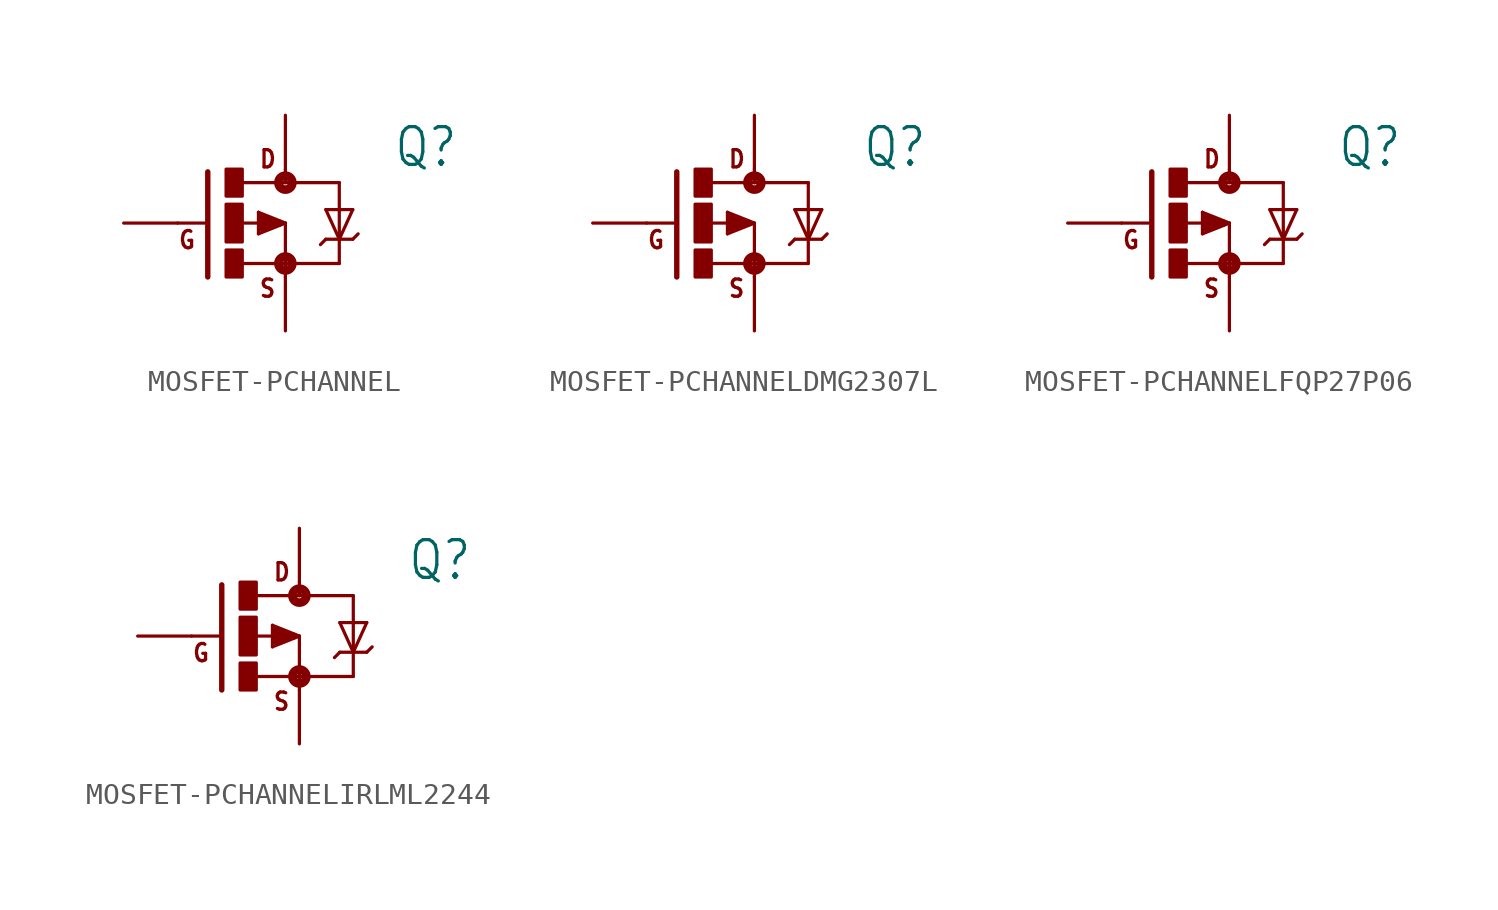
<source format=kicad_sym>
(kicad_symbol_lib
  (version 20241209)
  (generator "kicad_symbol_editor")
  (generator_version "9.0")
  (symbol "MOSFET-PCHANNEL"
    (property "Reference" "Q"
      (at 5.08 2.54 0)
      (effects (font (size 1.778 1.511)) (justify left bottom)))
    (property "Value" ""
      (at 5.08 0 0)
      (effects (font (size 1.778 1.511)) (justify left bottom)))
    (property "ki_locked" ""
      (at 0 0 0)
      (effects (font (size 1.27 1.27))))
    (symbol "MOSFET-PCHANNEL_1_0"
      (polyline (pts (xy -3.81 0) (xy -5.08 0)) (stroke (width 0.152) (type solid)) (fill (type none)))
      (polyline (pts (xy -3.658 2.413) (xy -3.658 -2.54)) (stroke (width 0.254) (type solid)) (fill (type none)))
      (rectangle (start -2.794 1.27) (end -2.032 2.54) (stroke (width 0) (type default)) (fill (type outline)))
      (rectangle (start -2.794 -0.889) (end -2.032 0.889) (stroke (width 0) (type default)) (fill (type outline)))
      (rectangle (start -2.794 -2.54) (end -2.032 -1.27) (stroke (width 0) (type default)) (fill (type outline)))
      (polyline (pts (xy -2.032 -1.905) (xy 0 -1.905)) (stroke (width 0.152) (type solid)) (fill (type none)))
      (polyline (pts (xy -1.27 0.508) (xy -1.27 -0.508)) (stroke (width 0.152) (type solid)) (fill (type none)))
      (polyline (pts (xy -1.27 -0.508) (xy 0 0)) (stroke (width 0.152) (type solid)) (fill (type none)))
      (polyline (pts (xy -1.143 0.254) (xy -1.143 0)) (stroke (width 0.305) (type solid)) (fill (type none)))
      (polyline (pts (xy -1.143 0) (xy -2.032 0)) (stroke (width 0.152) (type solid)) (fill (type none)))
      (polyline (pts (xy -1.143 0) (xy -0.889 0)) (stroke (width 0.305) (type solid)) (fill (type none)))
      (polyline (pts (xy -1.143 -0.254) (xy -0.254 0)) (stroke (width 0.305) (type solid)) (fill (type none)))
      (polyline (pts (xy -0.254 0) (xy -1.143 0.254)) (stroke (width 0.305) (type solid)) (fill (type none)))
      (polyline (pts (xy 0 2.54) (xy 0 1.905)) (stroke (width 0.152) (type solid)) (fill (type none)))
      (circle (center 0 1.905) (radius 0.127) (stroke (width 0.406) (type solid)) (fill (type none)))
      (polyline (pts (xy 0 1.905) (xy -2.007 1.905)) (stroke (width 0.152) (type solid)) (fill (type none)))
      (polyline (pts (xy 0 1.905) (xy 2.54 1.905)) (stroke (width 0.152) (type solid)) (fill (type none)))
      (polyline (pts (xy 0 0) (xy -1.27 0.508)) (stroke (width 0.152) (type solid)) (fill (type none)))
      (polyline (pts (xy 0 0) (xy 0 -1.905)) (stroke (width 0.152) (type solid)) (fill (type none)))
      (polyline (pts (xy 0 -1.905) (xy 0 -2.54)) (stroke (width 0.152) (type solid)) (fill (type none)))
      (circle (center 0 -1.905) (radius 0.127) (stroke (width 0.406) (type solid)) (fill (type none)))
      (polyline (pts (xy 1.905 0.635) (xy 2.54 -0.762)) (stroke (width 0.152) (type solid)) (fill (type none)))
      (polyline (pts (xy 1.905 -0.762) (xy 1.651 -1.016)) (stroke (width 0.152) (type solid)) (fill (type none)))
      (polyline (pts (xy 2.54 -0.762) (xy 1.905 -0.762)) (stroke (width 0.152) (type solid)) (fill (type none)))
      (polyline (pts (xy 2.54 -0.762) (xy 2.54 1.905)) (stroke (width 0.152) (type solid)) (fill (type none)))
      (polyline (pts (xy 2.54 -0.762) (xy 3.175 0.635)) (stroke (width 0.152) (type solid)) (fill (type none)))
      (polyline (pts (xy 2.54 -1.905) (xy 0 -1.905)) (stroke (width 0.152) (type solid)) (fill (type none)))
      (polyline (pts (xy 2.54 -1.905) (xy 2.54 -0.762)) (stroke (width 0.152) (type solid)) (fill (type none)))
      (polyline (pts (xy 3.175 0.635) (xy 1.905 0.635)) (stroke (width 0.152) (type solid)) (fill (type none)))
      (polyline (pts (xy 3.175 -0.762) (xy 2.54 -0.762)) (stroke (width 0.152) (type solid)) (fill (type none)))
      (polyline (pts (xy 3.175 -0.762) (xy 3.429 -0.508)) (stroke (width 0.152) (type solid)) (fill (type none)))
      (text "G" (at -5.08 -1.27 0) (effects (font (size 0.813 0.691)) (justify left bottom)))
      (text "D" (at -1.27 2.54 0) (effects (font (size 0.813 0.691)) (justify left bottom)))
      (text "S" (at -1.27 -3.556 0) (effects (font (size 0.813 0.691)) (justify left bottom)))
      (pin passive line (at -7.62 0 0) (length 2.54) (name "G" (effects (font (size 0 0)))) (number "1" (effects (font (size 0 0)))))
      (pin passive line (at 0 5.08 270) (length 2.54) (name "D" (effects (font (size 0 0)))) (number "3" (effects (font (size 0 0)))))
      (pin passive line (at 0 -5.08 90) (length 2.54) (name "S" (effects (font (size 0 0)))) (number "2" (effects (font (size 0 0)))))))
  (symbol "MOSFET-PCHANNELDMG2307L"
    (property "Reference" "Q"
      (at 5.08 2.54 0)
      (effects (font (size 1.778 1.511)) (justify left bottom)))
    (property "Value" ""
      (at 5.08 0 0)
      (effects (font (size 1.778 1.511)) (justify left bottom)))
    (property "ki_locked" ""
      (at 0 0 0)
      (effects (font (size 1.27 1.27))))
    (symbol "MOSFET-PCHANNELDMG2307L_1_0"
      (polyline (pts (xy -3.81 0) (xy -5.08 0)) (stroke (width 0.152) (type solid)) (fill (type none)))
      (polyline (pts (xy -3.658 2.413) (xy -3.658 -2.54)) (stroke (width 0.254) (type solid)) (fill (type none)))
      (rectangle (start -2.794 1.27) (end -2.032 2.54) (stroke (width 0) (type default)) (fill (type outline)))
      (rectangle (start -2.794 -0.889) (end -2.032 0.889) (stroke (width 0) (type default)) (fill (type outline)))
      (rectangle (start -2.794 -2.54) (end -2.032 -1.27) (stroke (width 0) (type default)) (fill (type outline)))
      (polyline (pts (xy -2.032 -1.905) (xy 0 -1.905)) (stroke (width 0.152) (type solid)) (fill (type none)))
      (polyline (pts (xy -1.27 0.508) (xy -1.27 -0.508)) (stroke (width 0.152) (type solid)) (fill (type none)))
      (polyline (pts (xy -1.27 -0.508) (xy 0 0)) (stroke (width 0.152) (type solid)) (fill (type none)))
      (polyline (pts (xy -1.143 0.254) (xy -1.143 0)) (stroke (width 0.305) (type solid)) (fill (type none)))
      (polyline (pts (xy -1.143 0) (xy -2.032 0)) (stroke (width 0.152) (type solid)) (fill (type none)))
      (polyline (pts (xy -1.143 0) (xy -0.889 0)) (stroke (width 0.305) (type solid)) (fill (type none)))
      (polyline (pts (xy -1.143 -0.254) (xy -0.254 0)) (stroke (width 0.305) (type solid)) (fill (type none)))
      (polyline (pts (xy -0.254 0) (xy -1.143 0.254)) (stroke (width 0.305) (type solid)) (fill (type none)))
      (polyline (pts (xy 0 2.54) (xy 0 1.905)) (stroke (width 0.152) (type solid)) (fill (type none)))
      (circle (center 0 1.905) (radius 0.127) (stroke (width 0.406) (type solid)) (fill (type none)))
      (polyline (pts (xy 0 1.905) (xy -2.007 1.905)) (stroke (width 0.152) (type solid)) (fill (type none)))
      (polyline (pts (xy 0 1.905) (xy 2.54 1.905)) (stroke (width 0.152) (type solid)) (fill (type none)))
      (polyline (pts (xy 0 0) (xy -1.27 0.508)) (stroke (width 0.152) (type solid)) (fill (type none)))
      (polyline (pts (xy 0 0) (xy 0 -1.905)) (stroke (width 0.152) (type solid)) (fill (type none)))
      (polyline (pts (xy 0 -1.905) (xy 0 -2.54)) (stroke (width 0.152) (type solid)) (fill (type none)))
      (circle (center 0 -1.905) (radius 0.127) (stroke (width 0.406) (type solid)) (fill (type none)))
      (polyline (pts (xy 1.905 0.635) (xy 2.54 -0.762)) (stroke (width 0.152) (type solid)) (fill (type none)))
      (polyline (pts (xy 1.905 -0.762) (xy 1.651 -1.016)) (stroke (width 0.152) (type solid)) (fill (type none)))
      (polyline (pts (xy 2.54 -0.762) (xy 1.905 -0.762)) (stroke (width 0.152) (type solid)) (fill (type none)))
      (polyline (pts (xy 2.54 -0.762) (xy 2.54 1.905)) (stroke (width 0.152) (type solid)) (fill (type none)))
      (polyline (pts (xy 2.54 -0.762) (xy 3.175 0.635)) (stroke (width 0.152) (type solid)) (fill (type none)))
      (polyline (pts (xy 2.54 -1.905) (xy 0 -1.905)) (stroke (width 0.152) (type solid)) (fill (type none)))
      (polyline (pts (xy 2.54 -1.905) (xy 2.54 -0.762)) (stroke (width 0.152) (type solid)) (fill (type none)))
      (polyline (pts (xy 3.175 0.635) (xy 1.905 0.635)) (stroke (width 0.152) (type solid)) (fill (type none)))
      (polyline (pts (xy 3.175 -0.762) (xy 2.54 -0.762)) (stroke (width 0.152) (type solid)) (fill (type none)))
      (polyline (pts (xy 3.175 -0.762) (xy 3.429 -0.508)) (stroke (width 0.152) (type solid)) (fill (type none)))
      (text "G" (at -5.08 -1.27 0) (effects (font (size 0.813 0.691)) (justify left bottom)))
      (text "D" (at -1.27 2.54 0) (effects (font (size 0.813 0.691)) (justify left bottom)))
      (text "S" (at -1.27 -3.556 0) (effects (font (size 0.813 0.691)) (justify left bottom)))
      (pin passive line (at -7.62 0 0) (length 2.54) (name "G" (effects (font (size 0 0)))) (number "1" (effects (font (size 0 0)))))
      (pin passive line (at 0 5.08 270) (length 2.54) (name "D" (effects (font (size 0 0)))) (number "3" (effects (font (size 0 0)))))
      (pin passive line (at 0 -5.08 90) (length 2.54) (name "S" (effects (font (size 0 0)))) (number "2" (effects (font (size 0 0)))))))
  (symbol "MOSFET-PCHANNELFQP27P06"
    (property "Reference" "Q"
      (at 5.08 2.54 0)
      (effects (font (size 1.778 1.511)) (justify left bottom)))
    (property "Value" ""
      (at 5.08 0 0)
      (effects (font (size 1.778 1.511)) (justify left bottom)))
    (property "ki_locked" ""
      (at 0 0 0)
      (effects (font (size 1.27 1.27))))
    (symbol "MOSFET-PCHANNELFQP27P06_1_0"
      (polyline (pts (xy -3.81 0) (xy -5.08 0)) (stroke (width 0.152) (type solid)) (fill (type none)))
      (polyline (pts (xy -3.658 2.413) (xy -3.658 -2.54)) (stroke (width 0.254) (type solid)) (fill (type none)))
      (rectangle (start -2.794 1.27) (end -2.032 2.54) (stroke (width 0) (type default)) (fill (type outline)))
      (rectangle (start -2.794 -0.889) (end -2.032 0.889) (stroke (width 0) (type default)) (fill (type outline)))
      (rectangle (start -2.794 -2.54) (end -2.032 -1.27) (stroke (width 0) (type default)) (fill (type outline)))
      (polyline (pts (xy -2.032 -1.905) (xy 0 -1.905)) (stroke (width 0.152) (type solid)) (fill (type none)))
      (polyline (pts (xy -1.27 0.508) (xy -1.27 -0.508)) (stroke (width 0.152) (type solid)) (fill (type none)))
      (polyline (pts (xy -1.27 -0.508) (xy 0 0)) (stroke (width 0.152) (type solid)) (fill (type none)))
      (polyline (pts (xy -1.143 0.254) (xy -1.143 0)) (stroke (width 0.305) (type solid)) (fill (type none)))
      (polyline (pts (xy -1.143 0) (xy -2.032 0)) (stroke (width 0.152) (type solid)) (fill (type none)))
      (polyline (pts (xy -1.143 0) (xy -0.889 0)) (stroke (width 0.305) (type solid)) (fill (type none)))
      (polyline (pts (xy -1.143 -0.254) (xy -0.254 0)) (stroke (width 0.305) (type solid)) (fill (type none)))
      (polyline (pts (xy -0.254 0) (xy -1.143 0.254)) (stroke (width 0.305) (type solid)) (fill (type none)))
      (polyline (pts (xy 0 2.54) (xy 0 1.905)) (stroke (width 0.152) (type solid)) (fill (type none)))
      (circle (center 0 1.905) (radius 0.127) (stroke (width 0.406) (type solid)) (fill (type none)))
      (polyline (pts (xy 0 1.905) (xy -2.007 1.905)) (stroke (width 0.152) (type solid)) (fill (type none)))
      (polyline (pts (xy 0 1.905) (xy 2.54 1.905)) (stroke (width 0.152) (type solid)) (fill (type none)))
      (polyline (pts (xy 0 0) (xy -1.27 0.508)) (stroke (width 0.152) (type solid)) (fill (type none)))
      (polyline (pts (xy 0 0) (xy 0 -1.905)) (stroke (width 0.152) (type solid)) (fill (type none)))
      (polyline (pts (xy 0 -1.905) (xy 0 -2.54)) (stroke (width 0.152) (type solid)) (fill (type none)))
      (circle (center 0 -1.905) (radius 0.127) (stroke (width 0.406) (type solid)) (fill (type none)))
      (polyline (pts (xy 1.905 0.635) (xy 2.54 -0.762)) (stroke (width 0.152) (type solid)) (fill (type none)))
      (polyline (pts (xy 1.905 -0.762) (xy 1.651 -1.016)) (stroke (width 0.152) (type solid)) (fill (type none)))
      (polyline (pts (xy 2.54 -0.762) (xy 1.905 -0.762)) (stroke (width 0.152) (type solid)) (fill (type none)))
      (polyline (pts (xy 2.54 -0.762) (xy 2.54 1.905)) (stroke (width 0.152) (type solid)) (fill (type none)))
      (polyline (pts (xy 2.54 -0.762) (xy 3.175 0.635)) (stroke (width 0.152) (type solid)) (fill (type none)))
      (polyline (pts (xy 2.54 -1.905) (xy 0 -1.905)) (stroke (width 0.152) (type solid)) (fill (type none)))
      (polyline (pts (xy 2.54 -1.905) (xy 2.54 -0.762)) (stroke (width 0.152) (type solid)) (fill (type none)))
      (polyline (pts (xy 3.175 0.635) (xy 1.905 0.635)) (stroke (width 0.152) (type solid)) (fill (type none)))
      (polyline (pts (xy 3.175 -0.762) (xy 2.54 -0.762)) (stroke (width 0.152) (type solid)) (fill (type none)))
      (polyline (pts (xy 3.175 -0.762) (xy 3.429 -0.508)) (stroke (width 0.152) (type solid)) (fill (type none)))
      (text "G" (at -5.08 -1.27 0) (effects (font (size 0.813 0.691)) (justify left bottom)))
      (text "D" (at -1.27 2.54 0) (effects (font (size 0.813 0.691)) (justify left bottom)))
      (text "S" (at -1.27 -3.556 0) (effects (font (size 0.813 0.691)) (justify left bottom)))
      (pin passive line (at -7.62 0 0) (length 2.54) (name "G" (effects (font (size 0 0)))) (number "1" (effects (font (size 0 0)))))
      (pin passive line (at 0 5.08 270) (length 2.54) (name "D" (effects (font (size 0 0)))) (number "2" (effects (font (size 0 0)))))
      (pin passive line (at 0 -5.08 90) (length 2.54) (name "S" (effects (font (size 0 0)))) (number "3" (effects (font (size 0 0)))))))
  (symbol "MOSFET-PCHANNELIRLML2244"
    (property "Reference" "Q"
      (at 5.08 2.54 0)
      (effects (font (size 1.778 1.511)) (justify left bottom)))
    (property "Value" ""
      (at 5.08 0 0)
      (effects (font (size 1.778 1.511)) (justify left bottom)))
    (property "ki_locked" ""
      (at 0 0 0)
      (effects (font (size 1.27 1.27))))
    (symbol "MOSFET-PCHANNELIRLML2244_1_0"
      (polyline (pts (xy -3.81 0) (xy -5.08 0)) (stroke (width 0.152) (type solid)) (fill (type none)))
      (polyline (pts (xy -3.658 2.413) (xy -3.658 -2.54)) (stroke (width 0.254) (type solid)) (fill (type none)))
      (rectangle (start -2.794 1.27) (end -2.032 2.54) (stroke (width 0) (type default)) (fill (type outline)))
      (rectangle (start -2.794 -0.889) (end -2.032 0.889) (stroke (width 0) (type default)) (fill (type outline)))
      (rectangle (start -2.794 -2.54) (end -2.032 -1.27) (stroke (width 0) (type default)) (fill (type outline)))
      (polyline (pts (xy -2.032 -1.905) (xy 0 -1.905)) (stroke (width 0.152) (type solid)) (fill (type none)))
      (polyline (pts (xy -1.27 0.508) (xy -1.27 -0.508)) (stroke (width 0.152) (type solid)) (fill (type none)))
      (polyline (pts (xy -1.27 -0.508) (xy 0 0)) (stroke (width 0.152) (type solid)) (fill (type none)))
      (polyline (pts (xy -1.143 0.254) (xy -1.143 0)) (stroke (width 0.305) (type solid)) (fill (type none)))
      (polyline (pts (xy -1.143 0) (xy -2.032 0)) (stroke (width 0.152) (type solid)) (fill (type none)))
      (polyline (pts (xy -1.143 0) (xy -0.889 0)) (stroke (width 0.305) (type solid)) (fill (type none)))
      (polyline (pts (xy -1.143 -0.254) (xy -0.254 0)) (stroke (width 0.305) (type solid)) (fill (type none)))
      (polyline (pts (xy -0.254 0) (xy -1.143 0.254)) (stroke (width 0.305) (type solid)) (fill (type none)))
      (polyline (pts (xy 0 2.54) (xy 0 1.905)) (stroke (width 0.152) (type solid)) (fill (type none)))
      (circle (center 0 1.905) (radius 0.127) (stroke (width 0.406) (type solid)) (fill (type none)))
      (polyline (pts (xy 0 1.905) (xy -2.007 1.905)) (stroke (width 0.152) (type solid)) (fill (type none)))
      (polyline (pts (xy 0 1.905) (xy 2.54 1.905)) (stroke (width 0.152) (type solid)) (fill (type none)))
      (polyline (pts (xy 0 0) (xy -1.27 0.508)) (stroke (width 0.152) (type solid)) (fill (type none)))
      (polyline (pts (xy 0 0) (xy 0 -1.905)) (stroke (width 0.152) (type solid)) (fill (type none)))
      (polyline (pts (xy 0 -1.905) (xy 0 -2.54)) (stroke (width 0.152) (type solid)) (fill (type none)))
      (circle (center 0 -1.905) (radius 0.127) (stroke (width 0.406) (type solid)) (fill (type none)))
      (polyline (pts (xy 1.905 0.635) (xy 2.54 -0.762)) (stroke (width 0.152) (type solid)) (fill (type none)))
      (polyline (pts (xy 1.905 -0.762) (xy 1.651 -1.016)) (stroke (width 0.152) (type solid)) (fill (type none)))
      (polyline (pts (xy 2.54 -0.762) (xy 1.905 -0.762)) (stroke (width 0.152) (type solid)) (fill (type none)))
      (polyline (pts (xy 2.54 -0.762) (xy 2.54 1.905)) (stroke (width 0.152) (type solid)) (fill (type none)))
      (polyline (pts (xy 2.54 -0.762) (xy 3.175 0.635)) (stroke (width 0.152) (type solid)) (fill (type none)))
      (polyline (pts (xy 2.54 -1.905) (xy 0 -1.905)) (stroke (width 0.152) (type solid)) (fill (type none)))
      (polyline (pts (xy 2.54 -1.905) (xy 2.54 -0.762)) (stroke (width 0.152) (type solid)) (fill (type none)))
      (polyline (pts (xy 3.175 0.635) (xy 1.905 0.635)) (stroke (width 0.152) (type solid)) (fill (type none)))
      (polyline (pts (xy 3.175 -0.762) (xy 2.54 -0.762)) (stroke (width 0.152) (type solid)) (fill (type none)))
      (polyline (pts (xy 3.175 -0.762) (xy 3.429 -0.508)) (stroke (width 0.152) (type solid)) (fill (type none)))
      (text "G" (at -5.08 -1.27 0) (effects (font (size 0.813 0.691)) (justify left bottom)))
      (text "D" (at -1.27 2.54 0) (effects (font (size 0.813 0.691)) (justify left bottom)))
      (text "S" (at -1.27 -3.556 0) (effects (font (size 0.813 0.691)) (justify left bottom)))
      (pin passive line (at -7.62 0 0) (length 2.54) (name "G" (effects (font (size 0 0)))) (number "1" (effects (font (size 0 0)))))
      (pin passive line (at 0 5.08 270) (length 2.54) (name "D" (effects (font (size 0 0)))) (number "3" (effects (font (size 0 0)))))
      (pin passive line (at 0 -5.08 90) (length 2.54) (name "S" (effects (font (size 0 0)))) (number "2" (effects (font (size 0 0))))))))
</source>
